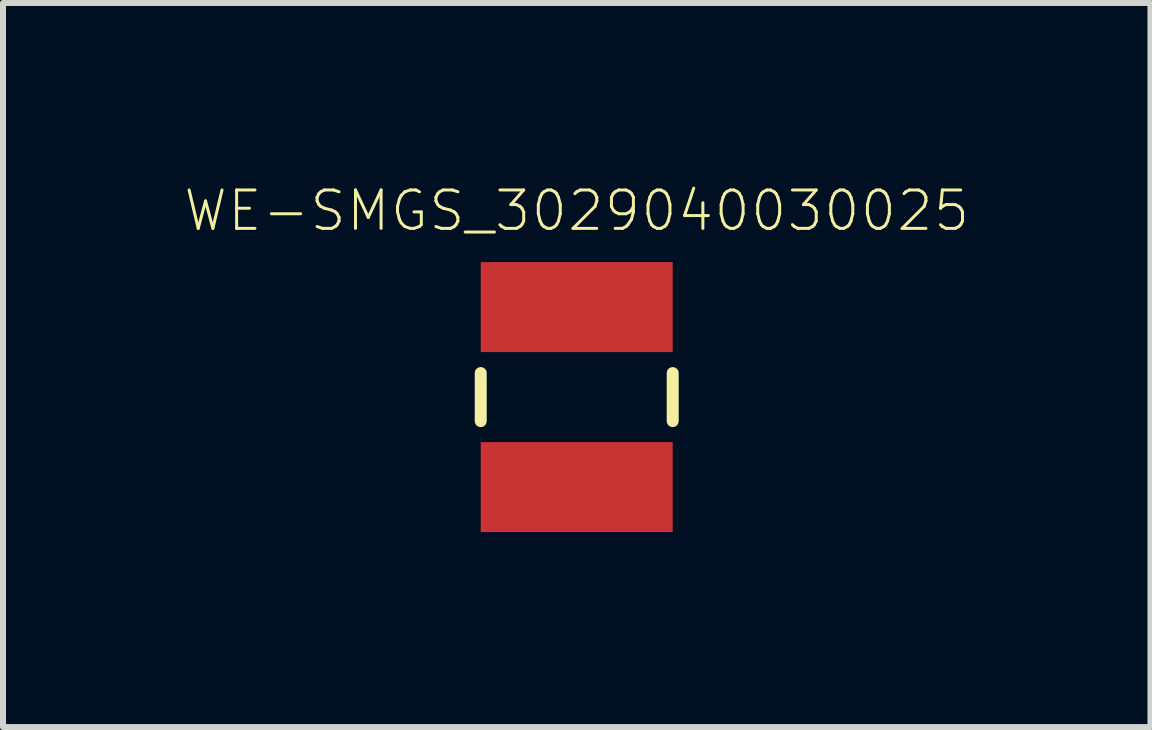
<source format=kicad_pcb>
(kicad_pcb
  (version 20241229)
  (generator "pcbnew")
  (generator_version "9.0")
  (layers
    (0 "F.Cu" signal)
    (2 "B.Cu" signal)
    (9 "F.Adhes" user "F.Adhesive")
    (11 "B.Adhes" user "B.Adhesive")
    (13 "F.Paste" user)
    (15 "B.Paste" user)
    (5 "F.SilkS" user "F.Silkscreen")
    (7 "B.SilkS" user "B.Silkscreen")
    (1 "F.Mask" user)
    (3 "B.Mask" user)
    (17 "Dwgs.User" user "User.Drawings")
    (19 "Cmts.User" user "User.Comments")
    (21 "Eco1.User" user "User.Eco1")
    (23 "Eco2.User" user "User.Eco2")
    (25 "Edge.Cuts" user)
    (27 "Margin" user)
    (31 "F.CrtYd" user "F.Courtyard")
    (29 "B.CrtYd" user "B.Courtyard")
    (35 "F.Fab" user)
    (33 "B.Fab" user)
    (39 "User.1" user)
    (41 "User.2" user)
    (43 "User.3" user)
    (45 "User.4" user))
  (footprint "WE-SMGS_3029040030025"
    (layer "F.Cu")
    (at 6.563 3.569)
    (property "Reference" "WE-SMGS_3029040030025" (at 0 -3.106 0) (layer "F.SilkS") (effects (font (size 0.64 0.64) (thickness 0.05))))
    (attr smd)
    (fp_line (start -1.6 -0.4) (end -1.6 0.4) (stroke (width 0.2) (type solid)) (layer "F.SilkS"))
    (fp_line (start 1.6 -0.4) (end 1.6 0.4) (stroke (width 0.2) (type solid)) (layer "F.SilkS"))
    (fp_poly (pts (xy -1.8 -2.45) (xy 1.8 -2.45) (xy 1.8 2.45) (xy -1.8 2.45)) (stroke (width 0.1) (type solid)) (fill no) (layer "Eco1.User"))
    (fp_line (start -1.5 -2) (end 1.5 -2) (stroke (width 0.127) (type solid)) (layer "Eco2.User"))
    (fp_line (start -1.5 2) (end -1.5 -2) (stroke (width 0.127) (type solid)) (layer "Eco2.User"))
    (fp_line (start 1.5 -2) (end 1.5 2) (stroke (width 0.127) (type solid)) (layer "Eco2.User"))
    (fp_line (start 1.5 2) (end -1.5 2) (stroke (width 0.127) (type solid)) (layer "Eco2.User"))
    (pad "1" smd rect (at 0 -1.5 90) (size 1.5 3.2) (layers "F.Cu" "F.Mask" "F.Paste"))
    (pad "2" smd rect (at 0 1.5 90) (size 1.5 3.2) (layers "F.Cu" "F.Mask" "F.Paste")))
  (gr_rect
    (start -3 -3)
    (end 16.127 9.069)
    (stroke (width 0.1) (type default))
    (fill no)
    (layer "Edge.Cuts")))
</source>
